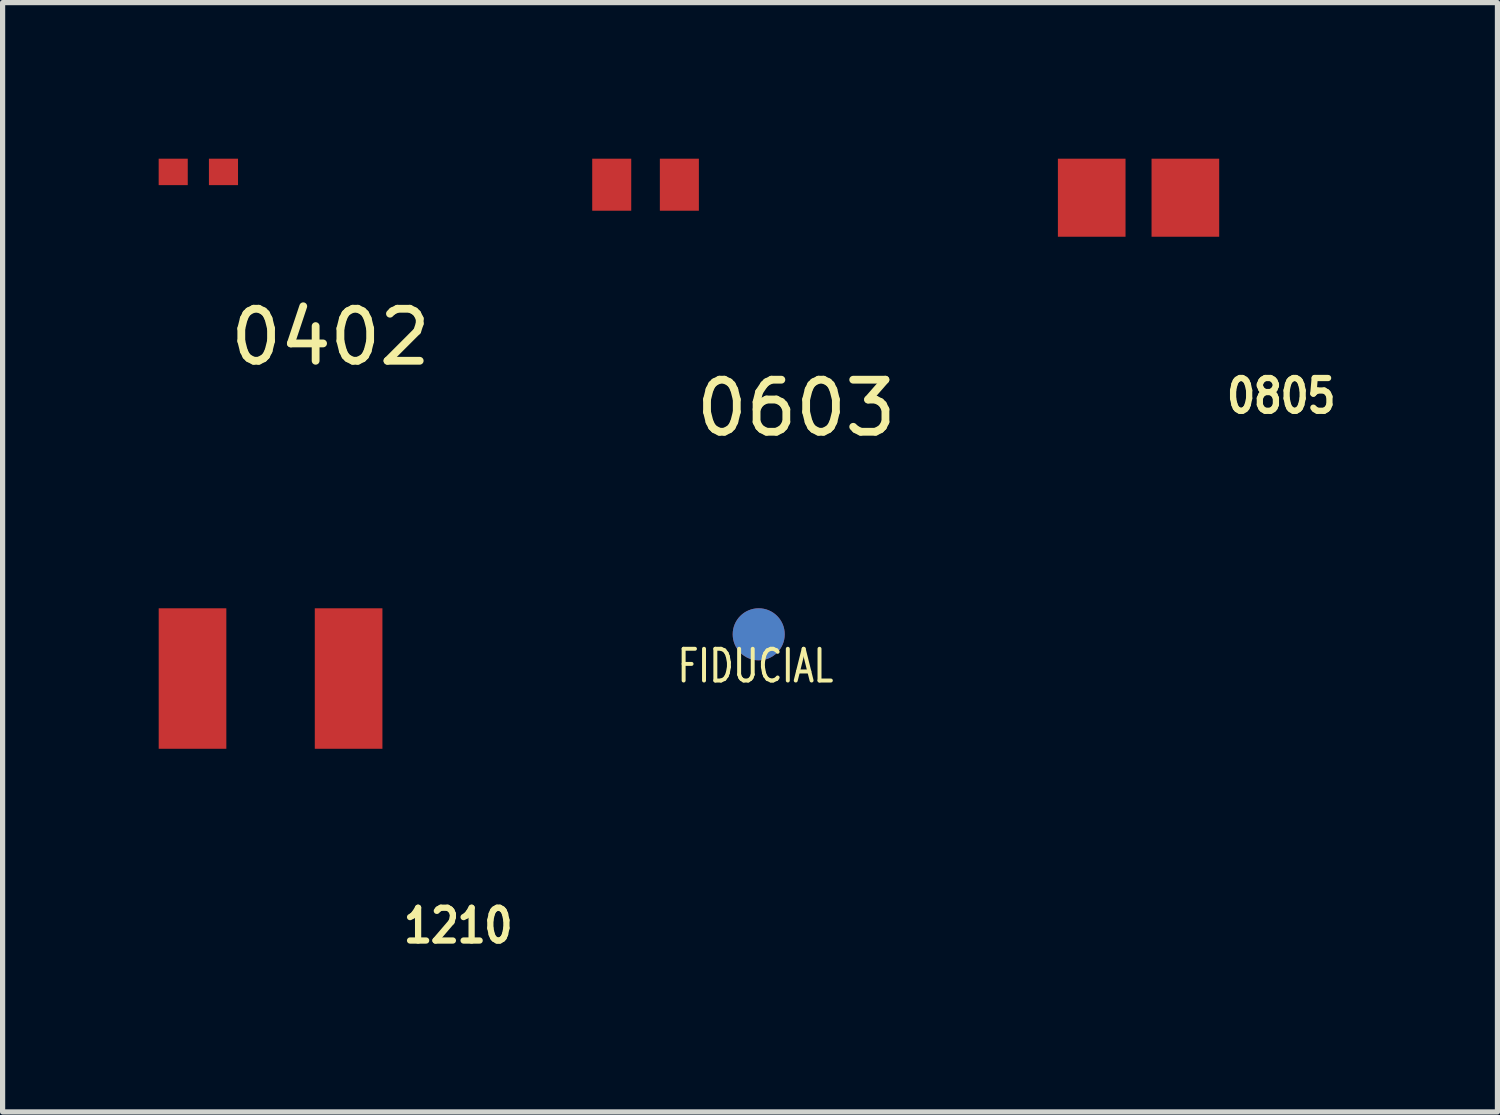
<source format=kicad_pcb>
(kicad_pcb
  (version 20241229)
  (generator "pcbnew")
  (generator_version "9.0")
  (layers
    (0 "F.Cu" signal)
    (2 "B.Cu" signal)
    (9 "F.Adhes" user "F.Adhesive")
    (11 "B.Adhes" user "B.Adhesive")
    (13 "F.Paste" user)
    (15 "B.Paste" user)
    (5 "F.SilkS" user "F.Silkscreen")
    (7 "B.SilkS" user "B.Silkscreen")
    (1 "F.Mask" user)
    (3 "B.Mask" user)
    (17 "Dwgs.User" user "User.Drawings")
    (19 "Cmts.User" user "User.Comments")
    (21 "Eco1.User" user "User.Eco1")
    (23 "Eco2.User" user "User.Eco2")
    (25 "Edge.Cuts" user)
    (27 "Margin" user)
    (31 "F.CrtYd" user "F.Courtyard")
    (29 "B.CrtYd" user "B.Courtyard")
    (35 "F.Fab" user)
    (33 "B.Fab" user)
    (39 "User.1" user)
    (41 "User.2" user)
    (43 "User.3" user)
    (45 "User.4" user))
  (footprint "0603"
    (layer "F.Cu")
    (at 9.357 0.5)
    (property "Reference" "0603" (at 2.896 4.293 0) (layer "F.SilkS") (effects (font (size 1 1) (thickness 0.15))))
    (attr through_hole)
    (pad "1" smd rect (at -0.65 0) (size 0.75 1) (layers "F.Cu" "F.Mask" "F.Paste"))
    (pad "2" smd rect (at 0.65 0) (size 0.75 1) (layers "F.Cu" "F.Mask" "F.Paste")))
  (footprint "0805"
    (layer "F.Cu")
    (at 18.832 0.75)
    (property "Reference" "0805" (at 2.743 3.81 0) (layer "F.SilkS") (effects (font (size 0.63 0.54) (thickness 0.12))))
    (attr through_hole)
    (pad "1" smd rect (at -0.9 0) (size 1.3 1.5) (layers "F.Cu" "F.Mask" "F.Paste"))
    (pad "2" smd rect (at 0.9 0) (size 1.3 1.5) (layers "F.Cu" "F.Mask" "F.Paste")))
  (footprint "FIDUCIAL"
    (layer "F.Cu")
    (at 11.532 9.141)
    (property "Reference" "FIDUCIAL" (at -0.061 0.61 0) (layer "F.SilkS") (effects (font (size 0.61 0.457) (thickness 0.076))))
    (attr through_hole)
    (pad "1" smd circle (at 0 0) (size 1 1) (layers "F.Cu" "F.Mask"))
    (pad "2" smd circle (at 0 0) (size 1 1) (layers "B.Cu" "B.Mask")))
  (footprint "1210"
    (layer "F.Cu")
    (at 2.15 9.991)
    (property "Reference" "1210" (at 3.607 4.75 0) (layer "F.SilkS") (effects (font (size 0.63 0.54) (thickness 0.12))))
    (attr through_hole)
    (pad "1" smd rect (at -1.5 0) (size 1.3 2.7) (layers "F.Cu" "F.Mask" "F.Paste"))
    (pad "2" smd rect (at 1.5 0) (size 1.3 2.7) (layers "F.Cu" "F.Mask" "F.Paste")))
  (footprint "0402"
    (layer "F.Cu")
    (at 0.762 0.254)
    (property "Reference" "0402" (at 2.54 3.175 0) (layer "F.SilkS") (effects (font (size 1 1) (thickness 0.15))))
    (attr through_hole)
    (pad "1" smd rect (at -0.483 0) (size 0.559 0.508) (layers "F.Cu" "F.Mask" "F.Paste"))
    (pad "2" smd rect (at 0.483 0) (size 0.559 0.508) (layers "F.Cu" "F.Mask" "F.Paste")))
  (gr_rect
    (start -3 -3)
    (end 25.73 18.32)
    (stroke (width 0.1) (type default))
    (fill no)
    (layer "Edge.Cuts")))
</source>
